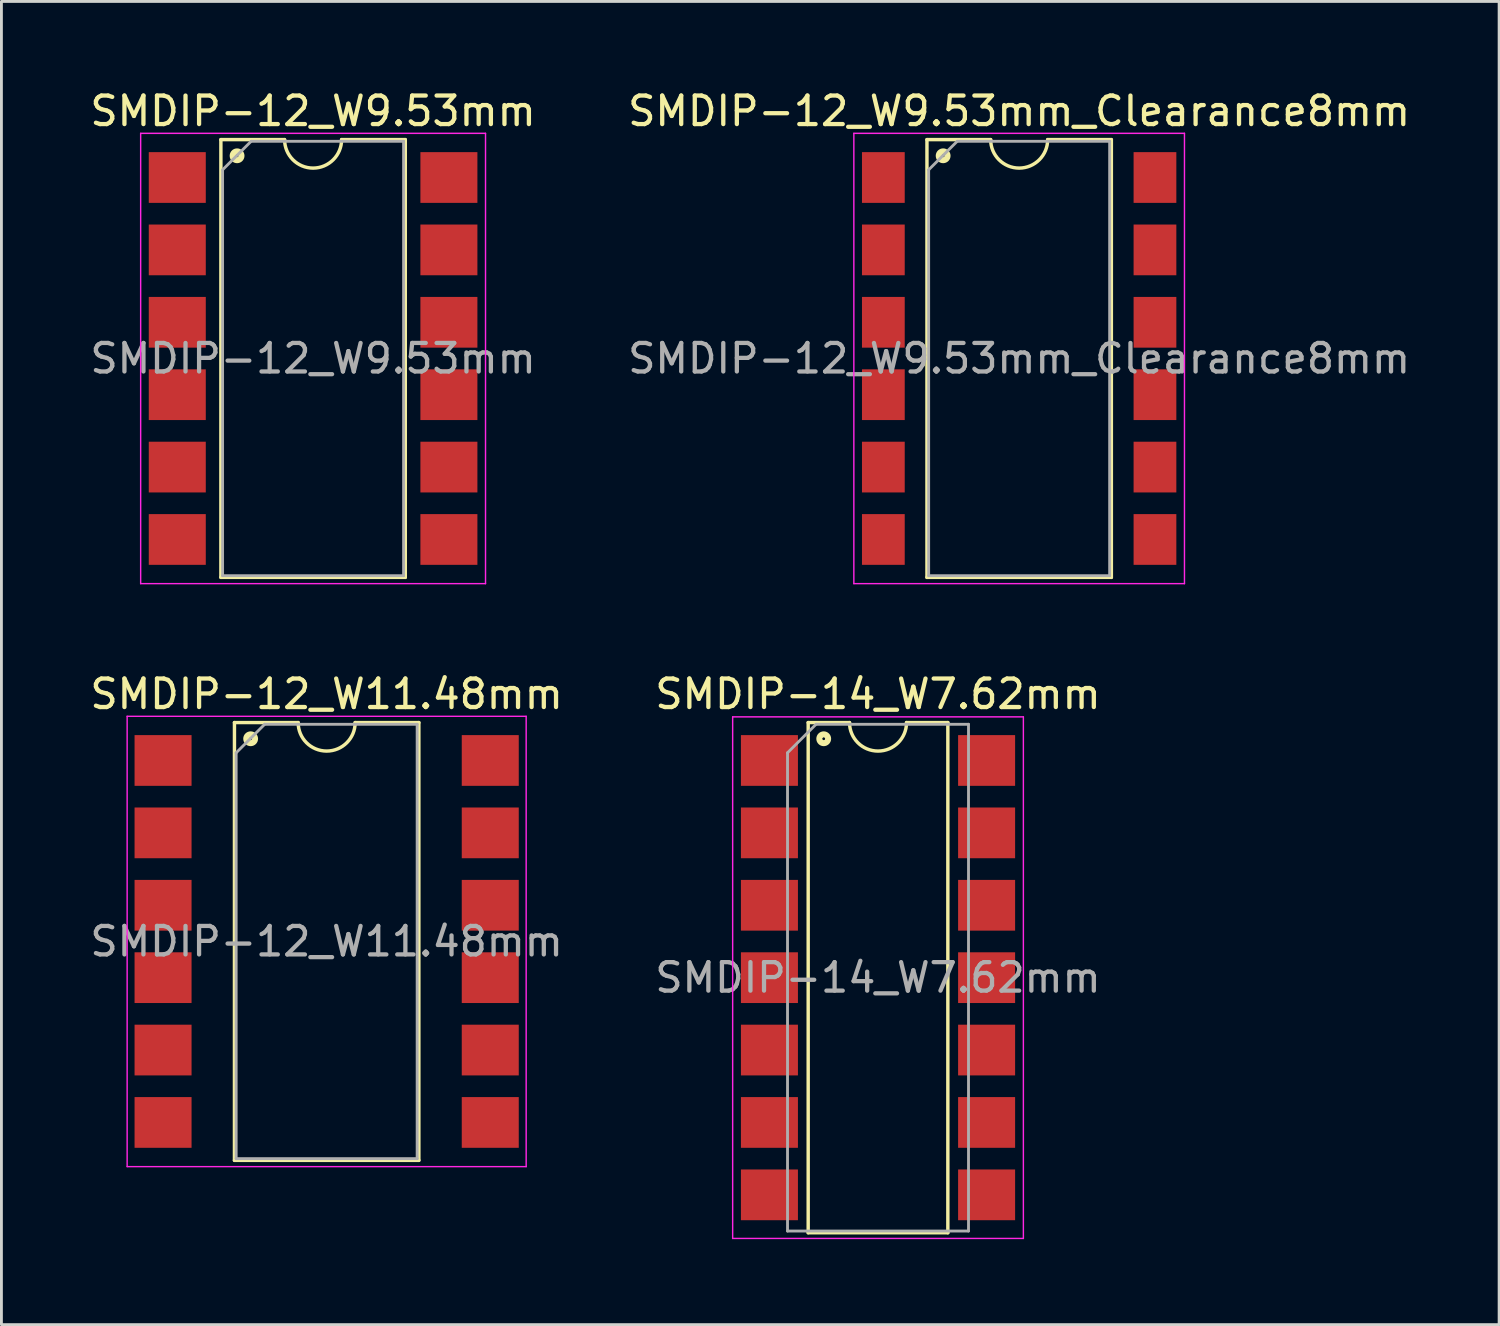
<source format=kicad_pcb>
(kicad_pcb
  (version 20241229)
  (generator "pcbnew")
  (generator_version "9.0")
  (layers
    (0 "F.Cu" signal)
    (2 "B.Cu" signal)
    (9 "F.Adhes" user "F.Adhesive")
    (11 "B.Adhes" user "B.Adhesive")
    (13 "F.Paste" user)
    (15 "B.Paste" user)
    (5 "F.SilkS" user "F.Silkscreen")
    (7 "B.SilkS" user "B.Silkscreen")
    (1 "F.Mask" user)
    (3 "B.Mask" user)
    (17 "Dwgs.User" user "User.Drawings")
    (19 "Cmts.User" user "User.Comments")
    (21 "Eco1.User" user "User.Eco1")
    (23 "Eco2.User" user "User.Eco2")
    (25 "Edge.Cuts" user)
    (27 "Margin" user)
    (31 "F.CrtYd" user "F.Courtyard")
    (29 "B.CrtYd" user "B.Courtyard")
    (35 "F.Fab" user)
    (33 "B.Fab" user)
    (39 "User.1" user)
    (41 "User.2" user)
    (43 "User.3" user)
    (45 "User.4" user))
  (footprint "SMDIP-12_W9.53mm_Clearance8mm"
    (layer "F.Cu")
    (at 32.708 9.528)
    (property "Reference" "SMDIP-12_W9.53mm_Clearance8mm" (at 0 -8.68 0) (layer "F.SilkS") (effects (font (size 1 1) (thickness 0.15))))
    (attr smd)
    (fp_line (start -3.235 -7.68) (end -3.235 7.68) (stroke (width 0.12) (type solid)) (layer "F.SilkS"))
    (fp_line (start -3.235 7.68) (end 3.235 7.68) (stroke (width 0.12) (type solid)) (layer "F.SilkS"))
    (fp_line (start -1 -7.68) (end -3.235 -7.68) (stroke (width 0.12) (type solid)) (layer "F.SilkS"))
    (fp_line (start 3.235 -7.68) (end 1 -7.68) (stroke (width 0.12) (type solid)) (layer "F.SilkS"))
    (fp_line (start 3.235 7.68) (end 3.235 -7.68) (stroke (width 0.12) (type solid)) (layer "F.SilkS"))
    (fp_arc (start 1 -7.68) (mid 0 -6.68) (end -1 -7.68) (stroke (width 0.12) (type solid)) (layer "F.SilkS"))
    (fp_circle (center -2.667 -7.112) (end -2.617 -7.112) (stroke (width 0.12) (type solid)) (fill no) (layer "F.SilkS"))
    (fp_circle (center -2.667 -7.112) (end -2.542 -7.112) (stroke (width 0.12) (type solid)) (fill no) (layer "F.SilkS"))
    (fp_circle (center -2.667 -7.112) (end -2.467 -7.112) (stroke (width 0.12) (type solid)) (fill no) (layer "F.SilkS"))
    (fp_line (start -5.8 -7.9) (end -5.8 7.9) (stroke (width 0.05) (type solid)) (layer "F.CrtYd"))
    (fp_line (start -5.8 7.9) (end 5.8 7.9) (stroke (width 0.05) (type solid)) (layer "F.CrtYd"))
    (fp_line (start 5.8 -7.9) (end -5.8 -7.9) (stroke (width 0.05) (type solid)) (layer "F.CrtYd"))
    (fp_line (start 5.8 7.9) (end 5.8 -7.9) (stroke (width 0.05) (type solid)) (layer "F.CrtYd"))
    (fp_line (start -3.175 -6.62) (end -2.175 -7.62) (stroke (width 0.1) (type solid)) (layer "F.Fab"))
    (fp_line (start -3.175 7.62) (end -3.175 -6.62) (stroke (width 0.1) (type solid)) (layer "F.Fab"))
    (fp_line (start -2.175 -7.62) (end 3.175 -7.62) (stroke (width 0.1) (type solid)) (layer "F.Fab"))
    (fp_line (start 3.175 -7.62) (end 3.175 7.62) (stroke (width 0.1) (type solid)) (layer "F.Fab"))
    (fp_line (start 3.175 7.62) (end -3.175 7.62) (stroke (width 0.1) (type solid)) (layer "F.Fab"))
    (fp_text user "${REFERENCE}" (at 0 0 0) (layer "F.Fab") (effects (font (size 1 1) (thickness 0.15))))
    (pad "1" smd rect (at -4.765 -6.35) (size 1.5 1.78) (layers "F.Cu" "F.Mask" "F.Paste"))
    (pad "2" smd rect (at -4.765 -3.81) (size 1.5 1.78) (layers "F.Cu" "F.Mask" "F.Paste"))
    (pad "3" smd rect (at -4.765 -1.27) (size 1.5 1.78) (layers "F.Cu" "F.Mask" "F.Paste"))
    (pad "4" smd rect (at -4.765 1.27) (size 1.5 1.78) (layers "F.Cu" "F.Mask" "F.Paste"))
    (pad "5" smd rect (at -4.765 3.81) (size 1.5 1.78) (layers "F.Cu" "F.Mask" "F.Paste"))
    (pad "6" smd rect (at -4.765 6.35) (size 1.5 1.78) (layers "F.Cu" "F.Mask" "F.Paste"))
    (pad "7" smd rect (at 4.765 6.35) (size 1.5 1.78) (layers "F.Cu" "F.Mask" "F.Paste"))
    (pad "8" smd rect (at 4.765 3.81) (size 1.5 1.78) (layers "F.Cu" "F.Mask" "F.Paste"))
    (pad "9" smd rect (at 4.765 1.27) (size 1.5 1.78) (layers "F.Cu" "F.Mask" "F.Paste"))
    (pad "10" smd rect (at 4.765 -1.27) (size 1.5 1.78) (layers "F.Cu" "F.Mask" "F.Paste"))
    (pad "11" smd rect (at 4.765 -3.81) (size 1.5 1.78) (layers "F.Cu" "F.Mask" "F.Paste"))
    (pad "12" smd rect (at 4.765 -6.35) (size 1.5 1.78) (layers "F.Cu" "F.Mask" "F.Paste")))
  (footprint "SMDIP-14_W7.62mm"
    (layer "F.Cu")
    (at 27.756 31.252)
    (property "Reference" "SMDIP-14_W7.62mm" (at 0 -9.95 0) (layer "F.SilkS") (effects (font (size 1 1) (thickness 0.15))))
    (attr smd)
    (fp_line (start -2.45 -8.95) (end -2.45 8.95) (stroke (width 0.12) (type solid)) (layer "F.SilkS"))
    (fp_line (start -2.45 8.95) (end 2.45 8.95) (stroke (width 0.12) (type solid)) (layer "F.SilkS"))
    (fp_line (start -1 -8.95) (end -2.45 -8.95) (stroke (width 0.12) (type solid)) (layer "F.SilkS"))
    (fp_line (start 2.45 -8.95) (end 1 -8.95) (stroke (width 0.12) (type solid)) (layer "F.SilkS"))
    (fp_line (start 2.45 8.95) (end 2.45 -8.95) (stroke (width 0.12) (type solid)) (layer "F.SilkS"))
    (fp_arc (start 1 -8.95) (mid 0 -7.95) (end -1 -8.95) (stroke (width 0.12) (type solid)) (layer "F.SilkS"))
    (fp_circle (center -1.905 -8.382) (end -1.855 -8.382) (stroke (width 0.12) (type solid)) (fill no) (layer "F.SilkS"))
    (fp_circle (center -1.905 -8.382) (end -1.78 -8.382) (stroke (width 0.12) (type solid)) (fill no) (layer "F.SilkS"))
    (fp_circle (center -1.905 -8.382) (end -1.705 -8.382) (stroke (width 0.12) (type solid)) (fill no) (layer "F.SilkS"))
    (fp_line (start -5.1 -9.15) (end -5.1 9.15) (stroke (width 0.05) (type solid)) (layer "F.CrtYd"))
    (fp_line (start -5.1 9.15) (end 5.1 9.15) (stroke (width 0.05) (type solid)) (layer "F.CrtYd"))
    (fp_line (start 5.1 -9.15) (end -5.1 -9.15) (stroke (width 0.05) (type solid)) (layer "F.CrtYd"))
    (fp_line (start 5.1 9.15) (end 5.1 -9.15) (stroke (width 0.05) (type solid)) (layer "F.CrtYd"))
    (fp_line (start -3.175 -7.89) (end -2.175 -8.89) (stroke (width 0.1) (type solid)) (layer "F.Fab"))
    (fp_line (start -3.175 8.89) (end -3.175 -7.89) (stroke (width 0.1) (type solid)) (layer "F.Fab"))
    (fp_line (start -2.175 -8.89) (end 3.175 -8.89) (stroke (width 0.1) (type solid)) (layer "F.Fab"))
    (fp_line (start 3.175 -8.89) (end 3.175 8.89) (stroke (width 0.1) (type solid)) (layer "F.Fab"))
    (fp_line (start 3.175 8.89) (end -3.175 8.89) (stroke (width 0.1) (type solid)) (layer "F.Fab"))
    (fp_text user "${REFERENCE}" (at 0 0 0) (layer "F.Fab") (effects (font (size 1 1) (thickness 0.15))))
    (pad "1" smd rect (at -3.81 -7.62) (size 2 1.78) (layers "F.Cu" "F.Mask" "F.Paste"))
    (pad "2" smd rect (at -3.81 -5.08) (size 2 1.78) (layers "F.Cu" "F.Mask" "F.Paste"))
    (pad "3" smd rect (at -3.81 -2.54) (size 2 1.78) (layers "F.Cu" "F.Mask" "F.Paste"))
    (pad "4" smd rect (at -3.81 0) (size 2 1.78) (layers "F.Cu" "F.Mask" "F.Paste"))
    (pad "5" smd rect (at -3.81 2.54) (size 2 1.78) (layers "F.Cu" "F.Mask" "F.Paste"))
    (pad "6" smd rect (at -3.81 5.08) (size 2 1.78) (layers "F.Cu" "F.Mask" "F.Paste"))
    (pad "7" smd rect (at -3.81 7.62) (size 2 1.78) (layers "F.Cu" "F.Mask" "F.Paste"))
    (pad "8" smd rect (at 3.81 7.62) (size 2 1.78) (layers "F.Cu" "F.Mask" "F.Paste"))
    (pad "9" smd rect (at 3.81 5.08) (size 2 1.78) (layers "F.Cu" "F.Mask" "F.Paste"))
    (pad "10" smd rect (at 3.81 2.54) (size 2 1.78) (layers "F.Cu" "F.Mask" "F.Paste"))
    (pad "11" smd rect (at 3.81 0) (size 2 1.78) (layers "F.Cu" "F.Mask" "F.Paste"))
    (pad "12" smd rect (at 3.81 -2.54) (size 2 1.78) (layers "F.Cu" "F.Mask" "F.Paste"))
    (pad "13" smd rect (at 3.81 -5.08) (size 2 1.78) (layers "F.Cu" "F.Mask" "F.Paste"))
    (pad "14" smd rect (at 3.81 -7.62) (size 2 1.78) (layers "F.Cu" "F.Mask" "F.Paste")))
  (footprint "SMDIP-12_W11.48mm"
    (layer "F.Cu")
    (at 8.411 29.982)
    (property "Reference" "SMDIP-12_W11.48mm" (at 0 -8.68 0) (layer "F.SilkS") (effects (font (size 1 1) (thickness 0.15))))
    (attr smd)
    (fp_line (start -3.235 -7.68) (end -3.235 7.68) (stroke (width 0.12) (type solid)) (layer "F.SilkS"))
    (fp_line (start -3.235 7.68) (end 3.235 7.68) (stroke (width 0.12) (type solid)) (layer "F.SilkS"))
    (fp_line (start -1 -7.68) (end -3.235 -7.68) (stroke (width 0.12) (type solid)) (layer "F.SilkS"))
    (fp_line (start 3.235 -7.68) (end 1 -7.68) (stroke (width 0.12) (type solid)) (layer "F.SilkS"))
    (fp_line (start 3.235 7.68) (end 3.235 -7.68) (stroke (width 0.12) (type solid)) (layer "F.SilkS"))
    (fp_arc (start 1 -7.68) (mid 0 -6.68) (end -1 -7.68) (stroke (width 0.12) (type solid)) (layer "F.SilkS"))
    (fp_circle (center -2.667 -7.112) (end -2.617 -7.112) (stroke (width 0.12) (type solid)) (fill no) (layer "F.SilkS"))
    (fp_circle (center -2.667 -7.112) (end -2.542 -7.112) (stroke (width 0.12) (type solid)) (fill no) (layer "F.SilkS"))
    (fp_circle (center -2.667 -7.112) (end -2.467 -7.112) (stroke (width 0.12) (type solid)) (fill no) (layer "F.SilkS"))
    (fp_line (start -7 -7.9) (end -7 7.9) (stroke (width 0.05) (type solid)) (layer "F.CrtYd"))
    (fp_line (start -7 7.9) (end 7 7.9) (stroke (width 0.05) (type solid)) (layer "F.CrtYd"))
    (fp_line (start 7 -7.9) (end -7 -7.9) (stroke (width 0.05) (type solid)) (layer "F.CrtYd"))
    (fp_line (start 7 7.9) (end 7 -7.9) (stroke (width 0.05) (type solid)) (layer "F.CrtYd"))
    (fp_line (start -3.175 -6.62) (end -2.175 -7.62) (stroke (width 0.1) (type solid)) (layer "F.Fab"))
    (fp_line (start -3.175 7.62) (end -3.175 -6.62) (stroke (width 0.1) (type solid)) (layer "F.Fab"))
    (fp_line (start -2.175 -7.62) (end 3.175 -7.62) (stroke (width 0.1) (type solid)) (layer "F.Fab"))
    (fp_line (start 3.175 -7.62) (end 3.175 7.62) (stroke (width 0.1) (type solid)) (layer "F.Fab"))
    (fp_line (start 3.175 7.62) (end -3.175 7.62) (stroke (width 0.1) (type solid)) (layer "F.Fab"))
    (fp_text user "${REFERENCE}" (at 0 0 0) (layer "F.Fab") (effects (font (size 1 1) (thickness 0.15))))
    (pad "1" smd rect (at -5.74 -6.35) (size 2 1.78) (layers "F.Cu" "F.Mask" "F.Paste"))
    (pad "2" smd rect (at -5.74 -3.81) (size 2 1.78) (layers "F.Cu" "F.Mask" "F.Paste"))
    (pad "3" smd rect (at -5.74 -1.27) (size 2 1.78) (layers "F.Cu" "F.Mask" "F.Paste"))
    (pad "4" smd rect (at -5.74 1.27) (size 2 1.78) (layers "F.Cu" "F.Mask" "F.Paste"))
    (pad "5" smd rect (at -5.74 3.81) (size 2 1.78) (layers "F.Cu" "F.Mask" "F.Paste"))
    (pad "6" smd rect (at -5.74 6.35) (size 2 1.78) (layers "F.Cu" "F.Mask" "F.Paste"))
    (pad "7" smd rect (at 5.74 6.35) (size 2 1.78) (layers "F.Cu" "F.Mask" "F.Paste"))
    (pad "8" smd rect (at 5.74 3.81) (size 2 1.78) (layers "F.Cu" "F.Mask" "F.Paste"))
    (pad "9" smd rect (at 5.74 1.27) (size 2 1.78) (layers "F.Cu" "F.Mask" "F.Paste"))
    (pad "10" smd rect (at 5.74 -1.27) (size 2 1.78) (layers "F.Cu" "F.Mask" "F.Paste"))
    (pad "11" smd rect (at 5.74 -3.81) (size 2 1.78) (layers "F.Cu" "F.Mask" "F.Paste"))
    (pad "12" smd rect (at 5.74 -6.35) (size 2 1.78) (layers "F.Cu" "F.Mask" "F.Paste")))
  (footprint "SMDIP-12_W9.53mm"
    (layer "F.Cu")
    (at 7.935 9.528)
    (property "Reference" "SMDIP-12_W9.53mm" (at 0 -8.68 0) (layer "F.SilkS") (effects (font (size 1 1) (thickness 0.15))))
    (attr smd)
    (fp_line (start -3.235 -7.68) (end -3.235 7.68) (stroke (width 0.12) (type solid)) (layer "F.SilkS"))
    (fp_line (start -3.235 7.68) (end 3.235 7.68) (stroke (width 0.12) (type solid)) (layer "F.SilkS"))
    (fp_line (start -1 -7.68) (end -3.235 -7.68) (stroke (width 0.12) (type solid)) (layer "F.SilkS"))
    (fp_line (start 3.235 -7.68) (end 1 -7.68) (stroke (width 0.12) (type solid)) (layer "F.SilkS"))
    (fp_line (start 3.235 7.68) (end 3.235 -7.68) (stroke (width 0.12) (type solid)) (layer "F.SilkS"))
    (fp_arc (start 1 -7.68) (mid 0 -6.68) (end -1 -7.68) (stroke (width 0.12) (type solid)) (layer "F.SilkS"))
    (fp_circle (center -2.667 -7.112) (end -2.617 -7.112) (stroke (width 0.12) (type solid)) (fill no) (layer "F.SilkS"))
    (fp_circle (center -2.667 -7.112) (end -2.542 -7.112) (stroke (width 0.12) (type solid)) (fill no) (layer "F.SilkS"))
    (fp_circle (center -2.667 -7.112) (end -2.467 -7.112) (stroke (width 0.12) (type solid)) (fill no) (layer "F.SilkS"))
    (fp_line (start -6.05 -7.9) (end -6.05 7.9) (stroke (width 0.05) (type solid)) (layer "F.CrtYd"))
    (fp_line (start -6.05 7.9) (end 6.05 7.9) (stroke (width 0.05) (type solid)) (layer "F.CrtYd"))
    (fp_line (start 6.05 -7.9) (end -6.05 -7.9) (stroke (width 0.05) (type solid)) (layer "F.CrtYd"))
    (fp_line (start 6.05 7.9) (end 6.05 -7.9) (stroke (width 0.05) (type solid)) (layer "F.CrtYd"))
    (fp_line (start -3.175 -6.62) (end -2.175 -7.62) (stroke (width 0.1) (type solid)) (layer "F.Fab"))
    (fp_line (start -3.175 7.62) (end -3.175 -6.62) (stroke (width 0.1) (type solid)) (layer "F.Fab"))
    (fp_line (start -2.175 -7.62) (end 3.175 -7.62) (stroke (width 0.1) (type solid)) (layer "F.Fab"))
    (fp_line (start 3.175 -7.62) (end 3.175 7.62) (stroke (width 0.1) (type solid)) (layer "F.Fab"))
    (fp_line (start 3.175 7.62) (end -3.175 7.62) (stroke (width 0.1) (type solid)) (layer "F.Fab"))
    (fp_text user "${REFERENCE}" (at 0 0 0) (layer "F.Fab") (effects (font (size 1 1) (thickness 0.15))))
    (pad "1" smd rect (at -4.765 -6.35) (size 2 1.78) (layers "F.Cu" "F.Mask" "F.Paste"))
    (pad "2" smd rect (at -4.765 -3.81) (size 2 1.78) (layers "F.Cu" "F.Mask" "F.Paste"))
    (pad "3" smd rect (at -4.765 -1.27) (size 2 1.78) (layers "F.Cu" "F.Mask" "F.Paste"))
    (pad "4" smd rect (at -4.765 1.27) (size 2 1.78) (layers "F.Cu" "F.Mask" "F.Paste"))
    (pad "5" smd rect (at -4.765 3.81) (size 2 1.78) (layers "F.Cu" "F.Mask" "F.Paste"))
    (pad "6" smd rect (at -4.765 6.35) (size 2 1.78) (layers "F.Cu" "F.Mask" "F.Paste"))
    (pad "7" smd rect (at 4.765 6.35) (size 2 1.78) (layers "F.Cu" "F.Mask" "F.Paste"))
    (pad "8" smd rect (at 4.765 3.81) (size 2 1.78) (layers "F.Cu" "F.Mask" "F.Paste"))
    (pad "9" smd rect (at 4.765 1.27) (size 2 1.78) (layers "F.Cu" "F.Mask" "F.Paste"))
    (pad "10" smd rect (at 4.765 -1.27) (size 2 1.78) (layers "F.Cu" "F.Mask" "F.Paste"))
    (pad "11" smd rect (at 4.765 -3.81) (size 2 1.78) (layers "F.Cu" "F.Mask" "F.Paste"))
    (pad "12" smd rect (at 4.765 -6.35) (size 2 1.78) (layers "F.Cu" "F.Mask" "F.Paste")))
  (gr_rect
    (start -3 -3)
    (end 49.548 43.426)
    (stroke (width 0.1) (type default))
    (fill no)
    (layer "Edge.Cuts")))
</source>
